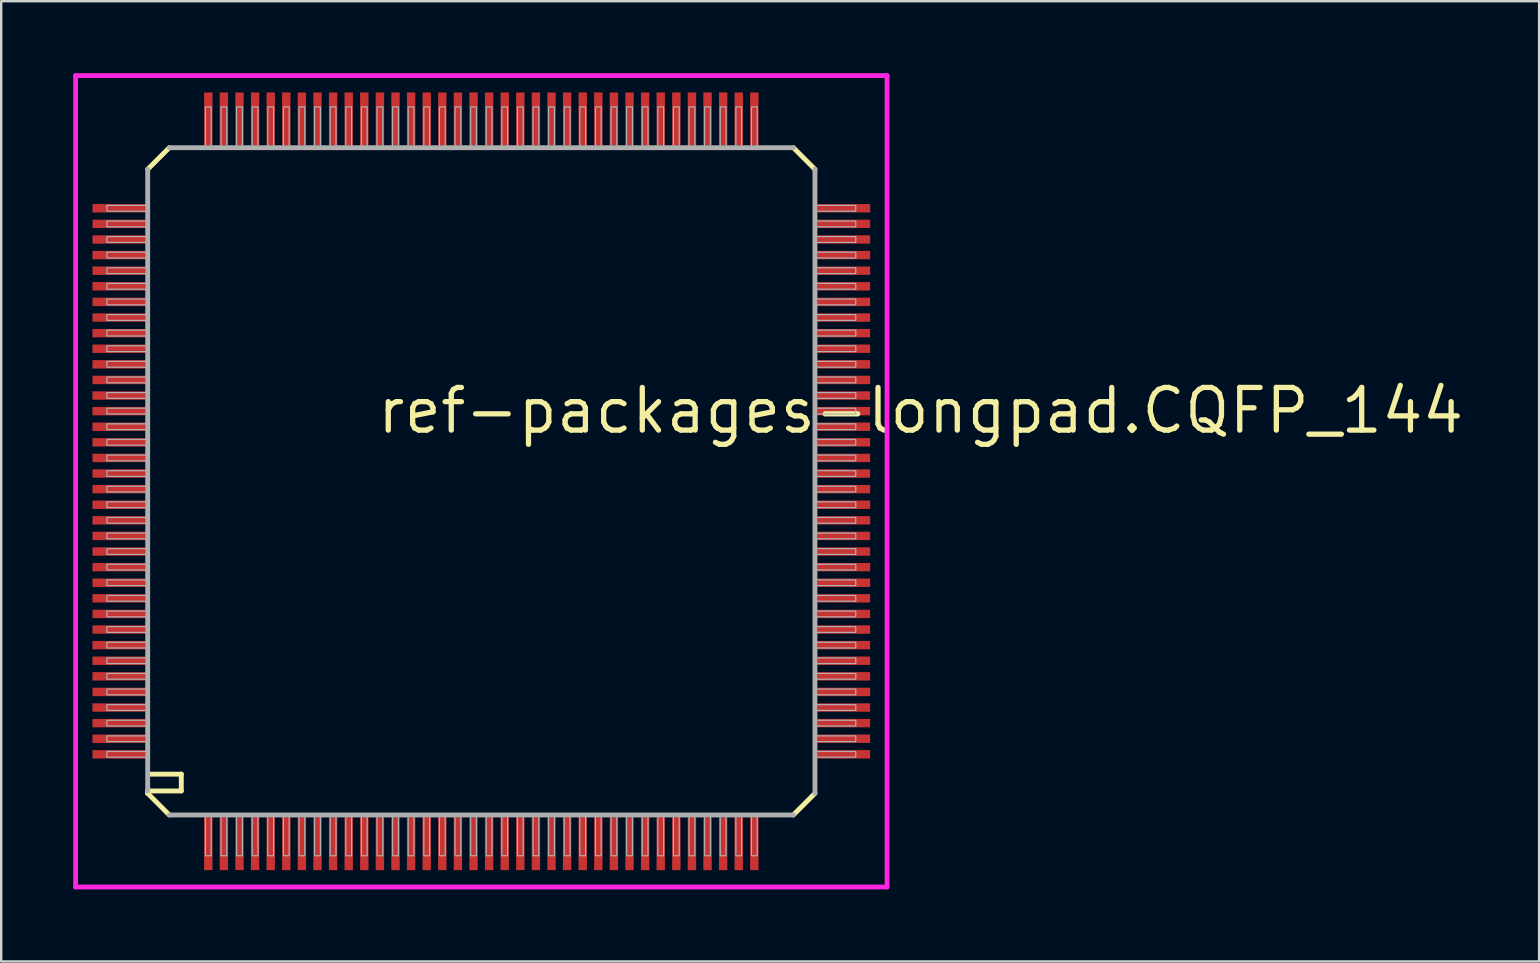
<source format=kicad_pcb>
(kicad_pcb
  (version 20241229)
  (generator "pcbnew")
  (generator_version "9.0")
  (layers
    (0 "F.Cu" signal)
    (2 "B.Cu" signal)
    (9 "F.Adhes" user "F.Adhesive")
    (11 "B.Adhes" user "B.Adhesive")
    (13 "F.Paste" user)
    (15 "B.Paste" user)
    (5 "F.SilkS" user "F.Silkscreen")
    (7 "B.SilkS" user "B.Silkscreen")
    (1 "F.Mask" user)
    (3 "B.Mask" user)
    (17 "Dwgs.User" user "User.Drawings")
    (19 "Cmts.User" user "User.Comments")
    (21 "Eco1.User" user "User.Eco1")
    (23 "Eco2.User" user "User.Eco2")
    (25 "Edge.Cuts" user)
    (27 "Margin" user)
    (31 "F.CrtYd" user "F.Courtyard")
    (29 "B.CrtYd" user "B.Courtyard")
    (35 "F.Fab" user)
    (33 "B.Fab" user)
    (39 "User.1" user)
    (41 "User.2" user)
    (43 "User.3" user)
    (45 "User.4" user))
  (footprint "ref-packages-longpad.CQFP_144"
    (layer "F.Cu")
    (at 17.003 17.003)
    (property "Reference" "ref-packages-longpad.CQFP_144" (at -4.445 -1.905 0) (layer "F.SilkS") (effects (font (size 1.778 1.778) (thickness 0.22)) (justify left bottom)))
    (attr smd)
    (fp_line (start -13.9 -13) (end -13 -13.9) (stroke (width 0.203) (type default)) (layer "F.SilkS"))
    (fp_line (start -13.9 12.9) (end -13.9 13) (stroke (width 0.203) (type default)) (layer "F.SilkS"))
    (fp_line (start -13.9 12.9) (end -12.5 12.9) (stroke (width 0.203) (type default)) (layer "F.SilkS"))
    (fp_line (start -13.9 13) (end -13 13.9) (stroke (width 0.203) (type default)) (layer "F.SilkS"))
    (fp_line (start -12.5 12.2) (end -13.8 12.2) (stroke (width 0.203) (type default)) (layer "F.SilkS"))
    (fp_line (start -12.5 12.9) (end -12.5 12.2) (stroke (width 0.203) (type default)) (layer "F.SilkS"))
    (fp_line (start 13 -13.9) (end 13.9 -13) (stroke (width 0.203) (type default)) (layer "F.SilkS"))
    (fp_line (start 13 13.9) (end 13.9 13) (stroke (width 0.203) (type default)) (layer "F.SilkS"))
    (fp_line (start -16.903 -16.903) (end 16.903 -16.903) (stroke (width 0.2) (type default)) (layer "F.CrtYd"))
    (fp_line (start -16.903 16.903) (end -16.903 -16.903) (stroke (width 0.2) (type default)) (layer "F.CrtYd"))
    (fp_line (start 16.903 -16.903) (end 16.903 16.903) (stroke (width 0.2) (type default)) (layer "F.CrtYd"))
    (fp_line (start 16.903 16.903) (end -16.903 16.903) (stroke (width 0.2) (type default)) (layer "F.CrtYd"))
    (fp_line (start -13.9 -13) (end -13.9 12.9) (stroke (width 0.203) (type default)) (layer "F.Fab"))
    (fp_line (start -13 13.9) (end 13 13.9) (stroke (width 0.203) (type default)) (layer "F.Fab"))
    (fp_line (start 13 -13.9) (end -13 -13.9) (stroke (width 0.203) (type default)) (layer "F.Fab"))
    (fp_line (start 13.9 13) (end 13.9 -13) (stroke (width 0.203) (type default)) (layer "F.Fab"))
    (fp_rect (start -15.6 -11.255) (end -13.9 -11.495) (stroke (width 0.05) (type default)) (fill no) (layer "F.Fab"))
    (fp_rect (start -15.6 -10.605) (end -13.9 -10.845) (stroke (width 0.05) (type default)) (fill no) (layer "F.Fab"))
    (fp_rect (start -15.6 -9.955) (end -13.9 -10.195) (stroke (width 0.05) (type default)) (fill no) (layer "F.Fab"))
    (fp_rect (start -15.6 -9.305) (end -13.9 -9.545) (stroke (width 0.05) (type default)) (fill no) (layer "F.Fab"))
    (fp_rect (start -15.6 -8.655) (end -13.9 -8.895) (stroke (width 0.05) (type default)) (fill no) (layer "F.Fab"))
    (fp_rect (start -15.6 -8.005) (end -13.9 -8.245) (stroke (width 0.05) (type default)) (fill no) (layer "F.Fab"))
    (fp_rect (start -15.6 -7.355) (end -13.9 -7.595) (stroke (width 0.05) (type default)) (fill no) (layer "F.Fab"))
    (fp_rect (start -15.6 -6.705) (end -13.9 -6.945) (stroke (width 0.05) (type default)) (fill no) (layer "F.Fab"))
    (fp_rect (start -15.6 -6.055) (end -13.9 -6.295) (stroke (width 0.05) (type default)) (fill no) (layer "F.Fab"))
    (fp_rect (start -15.6 -5.405) (end -13.9 -5.645) (stroke (width 0.05) (type default)) (fill no) (layer "F.Fab"))
    (fp_rect (start -15.6 -4.755) (end -13.9 -4.995) (stroke (width 0.05) (type default)) (fill no) (layer "F.Fab"))
    (fp_rect (start -15.6 -4.105) (end -13.9 -4.345) (stroke (width 0.05) (type default)) (fill no) (layer "F.Fab"))
    (fp_rect (start -15.6 -3.455) (end -13.9 -3.695) (stroke (width 0.05) (type default)) (fill no) (layer "F.Fab"))
    (fp_rect (start -15.6 -2.805) (end -13.9 -3.045) (stroke (width 0.05) (type default)) (fill no) (layer "F.Fab"))
    (fp_rect (start -15.6 -2.155) (end -13.9 -2.395) (stroke (width 0.05) (type default)) (fill no) (layer "F.Fab"))
    (fp_rect (start -15.6 -1.505) (end -13.9 -1.745) (stroke (width 0.05) (type default)) (fill no) (layer "F.Fab"))
    (fp_rect (start -15.6 -0.855) (end -13.9 -1.095) (stroke (width 0.05) (type default)) (fill no) (layer "F.Fab"))
    (fp_rect (start -15.6 -0.205) (end -13.9 -0.445) (stroke (width 0.05) (type default)) (fill no) (layer "F.Fab"))
    (fp_rect (start -15.6 0.445) (end -13.9 0.205) (stroke (width 0.05) (type default)) (fill no) (layer "F.Fab"))
    (fp_rect (start -15.6 1.095) (end -13.9 0.855) (stroke (width 0.05) (type default)) (fill no) (layer "F.Fab"))
    (fp_rect (start -15.6 1.745) (end -13.9 1.505) (stroke (width 0.05) (type default)) (fill no) (layer "F.Fab"))
    (fp_rect (start -15.6 2.395) (end -13.9 2.155) (stroke (width 0.05) (type default)) (fill no) (layer "F.Fab"))
    (fp_rect (start -15.6 3.045) (end -13.9 2.805) (stroke (width 0.05) (type default)) (fill no) (layer "F.Fab"))
    (fp_rect (start -15.6 3.695) (end -13.9 3.455) (stroke (width 0.05) (type default)) (fill no) (layer "F.Fab"))
    (fp_rect (start -15.6 4.345) (end -13.9 4.105) (stroke (width 0.05) (type default)) (fill no) (layer "F.Fab"))
    (fp_rect (start -15.6 4.995) (end -13.9 4.755) (stroke (width 0.05) (type default)) (fill no) (layer "F.Fab"))
    (fp_rect (start -15.6 5.645) (end -13.9 5.405) (stroke (width 0.05) (type default)) (fill no) (layer "F.Fab"))
    (fp_rect (start -15.6 6.295) (end -13.9 6.055) (stroke (width 0.05) (type default)) (fill no) (layer "F.Fab"))
    (fp_rect (start -15.6 6.945) (end -13.9 6.705) (stroke (width 0.05) (type default)) (fill no) (layer "F.Fab"))
    (fp_rect (start -15.6 7.595) (end -13.9 7.355) (stroke (width 0.05) (type default)) (fill no) (layer "F.Fab"))
    (fp_rect (start -15.6 8.245) (end -13.9 8.005) (stroke (width 0.05) (type default)) (fill no) (layer "F.Fab"))
    (fp_rect (start -15.6 8.895) (end -13.9 8.655) (stroke (width 0.05) (type default)) (fill no) (layer "F.Fab"))
    (fp_rect (start -15.6 9.545) (end -13.9 9.305) (stroke (width 0.05) (type default)) (fill no) (layer "F.Fab"))
    (fp_rect (start -15.6 10.195) (end -13.9 9.955) (stroke (width 0.05) (type default)) (fill no) (layer "F.Fab"))
    (fp_rect (start -15.6 10.845) (end -13.9 10.605) (stroke (width 0.05) (type default)) (fill no) (layer "F.Fab"))
    (fp_rect (start -15.6 11.495) (end -13.9 11.255) (stroke (width 0.05) (type default)) (fill no) (layer "F.Fab"))
    (fp_rect (start -11.495 -13.9) (end -11.255 -15.6) (stroke (width 0.05) (type default)) (fill no) (layer "F.Fab"))
    (fp_rect (start -11.495 15.6) (end -11.255 13.9) (stroke (width 0.05) (type default)) (fill no) (layer "F.Fab"))
    (fp_rect (start -10.845 -13.9) (end -10.605 -15.6) (stroke (width 0.05) (type default)) (fill no) (layer "F.Fab"))
    (fp_rect (start -10.845 15.6) (end -10.605 13.9) (stroke (width 0.05) (type default)) (fill no) (layer "F.Fab"))
    (fp_rect (start -10.195 -13.9) (end -9.955 -15.6) (stroke (width 0.05) (type default)) (fill no) (layer "F.Fab"))
    (fp_rect (start -10.195 15.6) (end -9.955 13.9) (stroke (width 0.05) (type default)) (fill no) (layer "F.Fab"))
    (fp_rect (start -9.545 -13.9) (end -9.305 -15.6) (stroke (width 0.05) (type default)) (fill no) (layer "F.Fab"))
    (fp_rect (start -9.545 15.6) (end -9.305 13.9) (stroke (width 0.05) (type default)) (fill no) (layer "F.Fab"))
    (fp_rect (start -8.895 -13.9) (end -8.655 -15.6) (stroke (width 0.05) (type default)) (fill no) (layer "F.Fab"))
    (fp_rect (start -8.895 15.6) (end -8.655 13.9) (stroke (width 0.05) (type default)) (fill no) (layer "F.Fab"))
    (fp_rect (start -8.245 -13.9) (end -8.005 -15.6) (stroke (width 0.05) (type default)) (fill no) (layer "F.Fab"))
    (fp_rect (start -8.245 15.6) (end -8.005 13.9) (stroke (width 0.05) (type default)) (fill no) (layer "F.Fab"))
    (fp_rect (start -7.595 -13.9) (end -7.355 -15.6) (stroke (width 0.05) (type default)) (fill no) (layer "F.Fab"))
    (fp_rect (start -7.595 15.6) (end -7.355 13.9) (stroke (width 0.05) (type default)) (fill no) (layer "F.Fab"))
    (fp_rect (start -6.945 -13.9) (end -6.705 -15.6) (stroke (width 0.05) (type default)) (fill no) (layer "F.Fab"))
    (fp_rect (start -6.945 15.6) (end -6.705 13.9) (stroke (width 0.05) (type default)) (fill no) (layer "F.Fab"))
    (fp_rect (start -6.295 -13.9) (end -6.055 -15.6) (stroke (width 0.05) (type default)) (fill no) (layer "F.Fab"))
    (fp_rect (start -6.295 15.6) (end -6.055 13.9) (stroke (width 0.05) (type default)) (fill no) (layer "F.Fab"))
    (fp_rect (start -5.645 -13.9) (end -5.405 -15.6) (stroke (width 0.05) (type default)) (fill no) (layer "F.Fab"))
    (fp_rect (start -5.645 15.6) (end -5.405 13.9) (stroke (width 0.05) (type default)) (fill no) (layer "F.Fab"))
    (fp_rect (start -4.995 -13.9) (end -4.755 -15.6) (stroke (width 0.05) (type default)) (fill no) (layer "F.Fab"))
    (fp_rect (start -4.995 15.6) (end -4.755 13.9) (stroke (width 0.05) (type default)) (fill no) (layer "F.Fab"))
    (fp_rect (start -4.345 -13.9) (end -4.105 -15.6) (stroke (width 0.05) (type default)) (fill no) (layer "F.Fab"))
    (fp_rect (start -4.345 15.6) (end -4.105 13.9) (stroke (width 0.05) (type default)) (fill no) (layer "F.Fab"))
    (fp_rect (start -3.695 -13.9) (end -3.455 -15.6) (stroke (width 0.05) (type default)) (fill no) (layer "F.Fab"))
    (fp_rect (start -3.695 15.6) (end -3.455 13.9) (stroke (width 0.05) (type default)) (fill no) (layer "F.Fab"))
    (fp_rect (start -3.045 -13.9) (end -2.805 -15.6) (stroke (width 0.05) (type default)) (fill no) (layer "F.Fab"))
    (fp_rect (start -3.045 15.6) (end -2.805 13.9) (stroke (width 0.05) (type default)) (fill no) (layer "F.Fab"))
    (fp_rect (start -2.395 -13.9) (end -2.155 -15.6) (stroke (width 0.05) (type default)) (fill no) (layer "F.Fab"))
    (fp_rect (start -2.395 15.6) (end -2.155 13.9) (stroke (width 0.05) (type default)) (fill no) (layer "F.Fab"))
    (fp_rect (start -1.745 -13.9) (end -1.505 -15.6) (stroke (width 0.05) (type default)) (fill no) (layer "F.Fab"))
    (fp_rect (start -1.745 15.6) (end -1.505 13.9) (stroke (width 0.05) (type default)) (fill no) (layer "F.Fab"))
    (fp_rect (start -1.095 -13.9) (end -0.855 -15.6) (stroke (width 0.05) (type default)) (fill no) (layer "F.Fab"))
    (fp_rect (start -1.095 15.6) (end -0.855 13.9) (stroke (width 0.05) (type default)) (fill no) (layer "F.Fab"))
    (fp_rect (start -0.445 -13.9) (end -0.205 -15.6) (stroke (width 0.05) (type default)) (fill no) (layer "F.Fab"))
    (fp_rect (start -0.445 15.6) (end -0.205 13.9) (stroke (width 0.05) (type default)) (fill no) (layer "F.Fab"))
    (fp_rect (start 0.205 -13.9) (end 0.445 -15.6) (stroke (width 0.05) (type default)) (fill no) (layer "F.Fab"))
    (fp_rect (start 0.205 15.6) (end 0.445 13.9) (stroke (width 0.05) (type default)) (fill no) (layer "F.Fab"))
    (fp_rect (start 0.855 -13.9) (end 1.095 -15.6) (stroke (width 0.05) (type default)) (fill no) (layer "F.Fab"))
    (fp_rect (start 0.855 15.6) (end 1.095 13.9) (stroke (width 0.05) (type default)) (fill no) (layer "F.Fab"))
    (fp_rect (start 1.505 -13.9) (end 1.745 -15.6) (stroke (width 0.05) (type default)) (fill no) (layer "F.Fab"))
    (fp_rect (start 1.505 15.6) (end 1.745 13.9) (stroke (width 0.05) (type default)) (fill no) (layer "F.Fab"))
    (fp_rect (start 2.155 -13.9) (end 2.395 -15.6) (stroke (width 0.05) (type default)) (fill no) (layer "F.Fab"))
    (fp_rect (start 2.155 15.6) (end 2.395 13.9) (stroke (width 0.05) (type default)) (fill no) (layer "F.Fab"))
    (fp_rect (start 2.805 -13.9) (end 3.045 -15.6) (stroke (width 0.05) (type default)) (fill no) (layer "F.Fab"))
    (fp_rect (start 2.805 15.6) (end 3.045 13.9) (stroke (width 0.05) (type default)) (fill no) (layer "F.Fab"))
    (fp_rect (start 3.455 -13.9) (end 3.695 -15.6) (stroke (width 0.05) (type default)) (fill no) (layer "F.Fab"))
    (fp_rect (start 3.455 15.6) (end 3.695 13.9) (stroke (width 0.05) (type default)) (fill no) (layer "F.Fab"))
    (fp_rect (start 4.105 -13.9) (end 4.345 -15.6) (stroke (width 0.05) (type default)) (fill no) (layer "F.Fab"))
    (fp_rect (start 4.105 15.6) (end 4.345 13.9) (stroke (width 0.05) (type default)) (fill no) (layer "F.Fab"))
    (fp_rect (start 4.755 -13.9) (end 4.995 -15.6) (stroke (width 0.05) (type default)) (fill no) (layer "F.Fab"))
    (fp_rect (start 4.755 15.6) (end 4.995 13.9) (stroke (width 0.05) (type default)) (fill no) (layer "F.Fab"))
    (fp_rect (start 5.405 -13.9) (end 5.645 -15.6) (stroke (width 0.05) (type default)) (fill no) (layer "F.Fab"))
    (fp_rect (start 5.405 15.6) (end 5.645 13.9) (stroke (width 0.05) (type default)) (fill no) (layer "F.Fab"))
    (fp_rect (start 6.055 -13.9) (end 6.295 -15.6) (stroke (width 0.05) (type default)) (fill no) (layer "F.Fab"))
    (fp_rect (start 6.055 15.6) (end 6.295 13.9) (stroke (width 0.05) (type default)) (fill no) (layer "F.Fab"))
    (fp_rect (start 6.705 -13.9) (end 6.945 -15.6) (stroke (width 0.05) (type default)) (fill no) (layer "F.Fab"))
    (fp_rect (start 6.705 15.6) (end 6.945 13.9) (stroke (width 0.05) (type default)) (fill no) (layer "F.Fab"))
    (fp_rect (start 7.355 -13.9) (end 7.595 -15.6) (stroke (width 0.05) (type default)) (fill no) (layer "F.Fab"))
    (fp_rect (start 7.355 15.6) (end 7.595 13.9) (stroke (width 0.05) (type default)) (fill no) (layer "F.Fab"))
    (fp_rect (start 8.005 -13.9) (end 8.245 -15.6) (stroke (width 0.05) (type default)) (fill no) (layer "F.Fab"))
    (fp_rect (start 8.005 15.6) (end 8.245 13.9) (stroke (width 0.05) (type default)) (fill no) (layer "F.Fab"))
    (fp_rect (start 8.655 -13.9) (end 8.895 -15.6) (stroke (width 0.05) (type default)) (fill no) (layer "F.Fab"))
    (fp_rect (start 8.655 15.6) (end 8.895 13.9) (stroke (width 0.05) (type default)) (fill no) (layer "F.Fab"))
    (fp_rect (start 9.305 -13.9) (end 9.545 -15.6) (stroke (width 0.05) (type default)) (fill no) (layer "F.Fab"))
    (fp_rect (start 9.305 15.6) (end 9.545 13.9) (stroke (width 0.05) (type default)) (fill no) (layer "F.Fab"))
    (fp_rect (start 9.955 -13.9) (end 10.195 -15.6) (stroke (width 0.05) (type default)) (fill no) (layer "F.Fab"))
    (fp_rect (start 9.955 15.6) (end 10.195 13.9) (stroke (width 0.05) (type default)) (fill no) (layer "F.Fab"))
    (fp_rect (start 10.605 -13.9) (end 10.845 -15.6) (stroke (width 0.05) (type default)) (fill no) (layer "F.Fab"))
    (fp_rect (start 10.605 15.6) (end 10.845 13.9) (stroke (width 0.05) (type default)) (fill no) (layer "F.Fab"))
    (fp_rect (start 11.255 -13.9) (end 11.495 -15.6) (stroke (width 0.05) (type default)) (fill no) (layer "F.Fab"))
    (fp_rect (start 11.255 15.6) (end 11.495 13.9) (stroke (width 0.05) (type default)) (fill no) (layer "F.Fab"))
    (fp_rect (start 13.9 -11.255) (end 15.6 -11.495) (stroke (width 0.05) (type default)) (fill no) (layer "F.Fab"))
    (fp_rect (start 13.9 -10.605) (end 15.6 -10.845) (stroke (width 0.05) (type default)) (fill no) (layer "F.Fab"))
    (fp_rect (start 13.9 -9.955) (end 15.6 -10.195) (stroke (width 0.05) (type default)) (fill no) (layer "F.Fab"))
    (fp_rect (start 13.9 -9.305) (end 15.6 -9.545) (stroke (width 0.05) (type default)) (fill no) (layer "F.Fab"))
    (fp_rect (start 13.9 -8.655) (end 15.6 -8.895) (stroke (width 0.05) (type default)) (fill no) (layer "F.Fab"))
    (fp_rect (start 13.9 -8.005) (end 15.6 -8.245) (stroke (width 0.05) (type default)) (fill no) (layer "F.Fab"))
    (fp_rect (start 13.9 -7.355) (end 15.6 -7.595) (stroke (width 0.05) (type default)) (fill no) (layer "F.Fab"))
    (fp_rect (start 13.9 -6.705) (end 15.6 -6.945) (stroke (width 0.05) (type default)) (fill no) (layer "F.Fab"))
    (fp_rect (start 13.9 -6.055) (end 15.6 -6.295) (stroke (width 0.05) (type default)) (fill no) (layer "F.Fab"))
    (fp_rect (start 13.9 -5.405) (end 15.6 -5.645) (stroke (width 0.05) (type default)) (fill no) (layer "F.Fab"))
    (fp_rect (start 13.9 -4.755) (end 15.6 -4.995) (stroke (width 0.05) (type default)) (fill no) (layer "F.Fab"))
    (fp_rect (start 13.9 -4.105) (end 15.6 -4.345) (stroke (width 0.05) (type default)) (fill no) (layer "F.Fab"))
    (fp_rect (start 13.9 -3.455) (end 15.6 -3.695) (stroke (width 0.05) (type default)) (fill no) (layer "F.Fab"))
    (fp_rect (start 13.9 -2.805) (end 15.6 -3.045) (stroke (width 0.05) (type default)) (fill no) (layer "F.Fab"))
    (fp_rect (start 13.9 -2.155) (end 15.6 -2.395) (stroke (width 0.05) (type default)) (fill no) (layer "F.Fab"))
    (fp_rect (start 13.9 -1.505) (end 15.6 -1.745) (stroke (width 0.05) (type default)) (fill no) (layer "F.Fab"))
    (fp_rect (start 13.9 -0.855) (end 15.6 -1.095) (stroke (width 0.05) (type default)) (fill no) (layer "F.Fab"))
    (fp_rect (start 13.9 -0.205) (end 15.6 -0.445) (stroke (width 0.05) (type default)) (fill no) (layer "F.Fab"))
    (fp_rect (start 13.9 0.445) (end 15.6 0.205) (stroke (width 0.05) (type default)) (fill no) (layer "F.Fab"))
    (fp_rect (start 13.9 1.095) (end 15.6 0.855) (stroke (width 0.05) (type default)) (fill no) (layer "F.Fab"))
    (fp_rect (start 13.9 1.745) (end 15.6 1.505) (stroke (width 0.05) (type default)) (fill no) (layer "F.Fab"))
    (fp_rect (start 13.9 2.395) (end 15.6 2.155) (stroke (width 0.05) (type default)) (fill no) (layer "F.Fab"))
    (fp_rect (start 13.9 3.045) (end 15.6 2.805) (stroke (width 0.05) (type default)) (fill no) (layer "F.Fab"))
    (fp_rect (start 13.9 3.695) (end 15.6 3.455) (stroke (width 0.05) (type default)) (fill no) (layer "F.Fab"))
    (fp_rect (start 13.9 4.345) (end 15.6 4.105) (stroke (width 0.05) (type default)) (fill no) (layer "F.Fab"))
    (fp_rect (start 13.9 4.995) (end 15.6 4.755) (stroke (width 0.05) (type default)) (fill no) (layer "F.Fab"))
    (fp_rect (start 13.9 5.645) (end 15.6 5.405) (stroke (width 0.05) (type default)) (fill no) (layer "F.Fab"))
    (fp_rect (start 13.9 6.295) (end 15.6 6.055) (stroke (width 0.05) (type default)) (fill no) (layer "F.Fab"))
    (fp_rect (start 13.9 6.945) (end 15.6 6.705) (stroke (width 0.05) (type default)) (fill no) (layer "F.Fab"))
    (fp_rect (start 13.9 7.595) (end 15.6 7.355) (stroke (width 0.05) (type default)) (fill no) (layer "F.Fab"))
    (fp_rect (start 13.9 8.245) (end 15.6 8.005) (stroke (width 0.05) (type default)) (fill no) (layer "F.Fab"))
    (fp_rect (start 13.9 8.895) (end 15.6 8.655) (stroke (width 0.05) (type default)) (fill no) (layer "F.Fab"))
    (fp_rect (start 13.9 9.545) (end 15.6 9.305) (stroke (width 0.05) (type default)) (fill no) (layer "F.Fab"))
    (fp_rect (start 13.9 10.195) (end 15.6 9.955) (stroke (width 0.05) (type default)) (fill no) (layer "F.Fab"))
    (fp_rect (start 13.9 10.845) (end 15.6 10.605) (stroke (width 0.05) (type default)) (fill no) (layer "F.Fab"))
    (fp_rect (start 13.9 11.495) (end 15.6 11.255) (stroke (width 0.05) (type default)) (fill no) (layer "F.Fab"))
    (pad "1" smd roundrect (at -11.375 15.1) (size 0.35 2.2) (layers "F.Cu" "F.Mask" "F.Paste") (roundrect_rratio 0.01))
    (pad "2" smd roundrect (at -10.725 15.1) (size 0.35 2.2) (layers "F.Cu" "F.Mask" "F.Paste") (roundrect_rratio 0.01))
    (pad "3" smd roundrect (at -10.075 15.1) (size 0.35 2.2) (layers "F.Cu" "F.Mask" "F.Paste") (roundrect_rratio 0.01))
    (pad "4" smd roundrect (at -9.425 15.1) (size 0.35 2.2) (layers "F.Cu" "F.Mask" "F.Paste") (roundrect_rratio 0.01))
    (pad "5" smd roundrect (at -8.775 15.1) (size 0.35 2.2) (layers "F.Cu" "F.Mask" "F.Paste") (roundrect_rratio 0.01))
    (pad "6" smd roundrect (at -8.125 15.1) (size 0.35 2.2) (layers "F.Cu" "F.Mask" "F.Paste") (roundrect_rratio 0.01))
    (pad "7" smd roundrect (at -7.475 15.1) (size 0.35 2.2) (layers "F.Cu" "F.Mask" "F.Paste") (roundrect_rratio 0.01))
    (pad "8" smd roundrect (at -6.825 15.1) (size 0.35 2.2) (layers "F.Cu" "F.Mask" "F.Paste") (roundrect_rratio 0.01))
    (pad "9" smd roundrect (at -6.175 15.1) (size 0.35 2.2) (layers "F.Cu" "F.Mask" "F.Paste") (roundrect_rratio 0.01))
    (pad "10" smd roundrect (at -5.525 15.1) (size 0.35 2.2) (layers "F.Cu" "F.Mask" "F.Paste") (roundrect_rratio 0.01))
    (pad "11" smd roundrect (at -4.875 15.1) (size 0.35 2.2) (layers "F.Cu" "F.Mask" "F.Paste") (roundrect_rratio 0.01))
    (pad "12" smd roundrect (at -4.225 15.1) (size 0.35 2.2) (layers "F.Cu" "F.Mask" "F.Paste") (roundrect_rratio 0.01))
    (pad "13" smd roundrect (at -3.575 15.1) (size 0.35 2.2) (layers "F.Cu" "F.Mask" "F.Paste") (roundrect_rratio 0.01))
    (pad "14" smd roundrect (at -2.925 15.1) (size 0.35 2.2) (layers "F.Cu" "F.Mask" "F.Paste") (roundrect_rratio 0.01))
    (pad "15" smd roundrect (at -2.275 15.1) (size 0.35 2.2) (layers "F.Cu" "F.Mask" "F.Paste") (roundrect_rratio 0.01))
    (pad "16" smd roundrect (at -1.625 15.1) (size 0.35 2.2) (layers "F.Cu" "F.Mask" "F.Paste") (roundrect_rratio 0.01))
    (pad "17" smd roundrect (at -0.975 15.1) (size 0.35 2.2) (layers "F.Cu" "F.Mask" "F.Paste") (roundrect_rratio 0.01))
    (pad "18" smd roundrect (at -0.325 15.1) (size 0.35 2.2) (layers "F.Cu" "F.Mask" "F.Paste") (roundrect_rratio 0.01))
    (pad "19" smd roundrect (at 0.325 15.1) (size 0.35 2.2) (layers "F.Cu" "F.Mask" "F.Paste") (roundrect_rratio 0.01))
    (pad "20" smd roundrect (at 0.975 15.1) (size 0.35 2.2) (layers "F.Cu" "F.Mask" "F.Paste") (roundrect_rratio 0.01))
    (pad "21" smd roundrect (at 1.625 15.1) (size 0.35 2.2) (layers "F.Cu" "F.Mask" "F.Paste") (roundrect_rratio 0.01))
    (pad "22" smd roundrect (at 2.275 15.1) (size 0.35 2.2) (layers "F.Cu" "F.Mask" "F.Paste") (roundrect_rratio 0.01))
    (pad "23" smd roundrect (at 2.925 15.1) (size 0.35 2.2) (layers "F.Cu" "F.Mask" "F.Paste") (roundrect_rratio 0.01))
    (pad "24" smd roundrect (at 3.575 15.1) (size 0.35 2.2) (layers "F.Cu" "F.Mask" "F.Paste") (roundrect_rratio 0.01))
    (pad "25" smd roundrect (at 4.225 15.1) (size 0.35 2.2) (layers "F.Cu" "F.Mask" "F.Paste") (roundrect_rratio 0.01))
    (pad "26" smd roundrect (at 4.875 15.1) (size 0.35 2.2) (layers "F.Cu" "F.Mask" "F.Paste") (roundrect_rratio 0.01))
    (pad "27" smd roundrect (at 5.525 15.1) (size 0.35 2.2) (layers "F.Cu" "F.Mask" "F.Paste") (roundrect_rratio 0.01))
    (pad "28" smd roundrect (at 6.175 15.1) (size 0.35 2.2) (layers "F.Cu" "F.Mask" "F.Paste") (roundrect_rratio 0.01))
    (pad "29" smd roundrect (at 6.825 15.1) (size 0.35 2.2) (layers "F.Cu" "F.Mask" "F.Paste") (roundrect_rratio 0.01))
    (pad "30" smd roundrect (at 7.475 15.1) (size 0.35 2.2) (layers "F.Cu" "F.Mask" "F.Paste") (roundrect_rratio 0.01))
    (pad "31" smd roundrect (at 8.125 15.1) (size 0.35 2.2) (layers "F.Cu" "F.Mask" "F.Paste") (roundrect_rratio 0.01))
    (pad "32" smd roundrect (at 8.775 15.1) (size 0.35 2.2) (layers "F.Cu" "F.Mask" "F.Paste") (roundrect_rratio 0.01))
    (pad "33" smd roundrect (at 9.425 15.1) (size 0.35 2.2) (layers "F.Cu" "F.Mask" "F.Paste") (roundrect_rratio 0.01))
    (pad "34" smd roundrect (at 10.075 15.1) (size 0.35 2.2) (layers "F.Cu" "F.Mask" "F.Paste") (roundrect_rratio 0.01))
    (pad "35" smd roundrect (at 10.725 15.1) (size 0.35 2.2) (layers "F.Cu" "F.Mask" "F.Paste") (roundrect_rratio 0.01))
    (pad "36" smd roundrect (at 11.375 15.1) (size 0.35 2.2) (layers "F.Cu" "F.Mask" "F.Paste") (roundrect_rratio 0.01))
    (pad "37" smd roundrect (at 15.1 11.375) (size 2.2 0.35) (layers "F.Cu" "F.Mask" "F.Paste") (roundrect_rratio 0.01))
    (pad "38" smd roundrect (at 15.1 10.725) (size 2.2 0.35) (layers "F.Cu" "F.Mask" "F.Paste") (roundrect_rratio 0.01))
    (pad "39" smd roundrect (at 15.1 10.075) (size 2.2 0.35) (layers "F.Cu" "F.Mask" "F.Paste") (roundrect_rratio 0.01))
    (pad "40" smd roundrect (at 15.1 9.425) (size 2.2 0.35) (layers "F.Cu" "F.Mask" "F.Paste") (roundrect_rratio 0.01))
    (pad "41" smd roundrect (at 15.1 8.775) (size 2.2 0.35) (layers "F.Cu" "F.Mask" "F.Paste") (roundrect_rratio 0.01))
    (pad "42" smd roundrect (at 15.1 8.125) (size 2.2 0.35) (layers "F.Cu" "F.Mask" "F.Paste") (roundrect_rratio 0.01))
    (pad "43" smd roundrect (at 15.1 7.475) (size 2.2 0.35) (layers "F.Cu" "F.Mask" "F.Paste") (roundrect_rratio 0.01))
    (pad "44" smd roundrect (at 15.1 6.825) (size 2.2 0.35) (layers "F.Cu" "F.Mask" "F.Paste") (roundrect_rratio 0.01))
    (pad "45" smd roundrect (at 15.1 6.175) (size 2.2 0.35) (layers "F.Cu" "F.Mask" "F.Paste") (roundrect_rratio 0.01))
    (pad "46" smd roundrect (at 15.1 5.525) (size 2.2 0.35) (layers "F.Cu" "F.Mask" "F.Paste") (roundrect_rratio 0.01))
    (pad "47" smd roundrect (at 15.1 4.875) (size 2.2 0.35) (layers "F.Cu" "F.Mask" "F.Paste") (roundrect_rratio 0.01))
    (pad "48" smd roundrect (at 15.1 4.225) (size 2.2 0.35) (layers "F.Cu" "F.Mask" "F.Paste") (roundrect_rratio 0.01))
    (pad "49" smd roundrect (at 15.1 3.575) (size 2.2 0.35) (layers "F.Cu" "F.Mask" "F.Paste") (roundrect_rratio 0.01))
    (pad "50" smd roundrect (at 15.1 2.925) (size 2.2 0.35) (layers "F.Cu" "F.Mask" "F.Paste") (roundrect_rratio 0.01))
    (pad "51" smd roundrect (at 15.1 2.275) (size 2.2 0.35) (layers "F.Cu" "F.Mask" "F.Paste") (roundrect_rratio 0.01))
    (pad "52" smd roundrect (at 15.1 1.625) (size 2.2 0.35) (layers "F.Cu" "F.Mask" "F.Paste") (roundrect_rratio 0.01))
    (pad "53" smd roundrect (at 15.1 0.975) (size 2.2 0.35) (layers "F.Cu" "F.Mask" "F.Paste") (roundrect_rratio 0.01))
    (pad "54" smd roundrect (at 15.1 0.325) (size 2.2 0.35) (layers "F.Cu" "F.Mask" "F.Paste") (roundrect_rratio 0.01))
    (pad "55" smd roundrect (at 15.1 -0.325) (size 2.2 0.35) (layers "F.Cu" "F.Mask" "F.Paste") (roundrect_rratio 0.01))
    (pad "56" smd roundrect (at 15.1 -0.975) (size 2.2 0.35) (layers "F.Cu" "F.Mask" "F.Paste") (roundrect_rratio 0.01))
    (pad "57" smd roundrect (at 15.1 -1.625) (size 2.2 0.35) (layers "F.Cu" "F.Mask" "F.Paste") (roundrect_rratio 0.01))
    (pad "58" smd roundrect (at 15.1 -2.275) (size 2.2 0.35) (layers "F.Cu" "F.Mask" "F.Paste") (roundrect_rratio 0.01))
    (pad "59" smd roundrect (at 15.1 -2.925) (size 2.2 0.35) (layers "F.Cu" "F.Mask" "F.Paste") (roundrect_rratio 0.01))
    (pad "60" smd roundrect (at 15.1 -3.575) (size 2.2 0.35) (layers "F.Cu" "F.Mask" "F.Paste") (roundrect_rratio 0.01))
    (pad "61" smd roundrect (at 15.1 -4.225) (size 2.2 0.35) (layers "F.Cu" "F.Mask" "F.Paste") (roundrect_rratio 0.01))
    (pad "62" smd roundrect (at 15.1 -4.875) (size 2.2 0.35) (layers "F.Cu" "F.Mask" "F.Paste") (roundrect_rratio 0.01))
    (pad "63" smd roundrect (at 15.1 -5.525) (size 2.2 0.35) (layers "F.Cu" "F.Mask" "F.Paste") (roundrect_rratio 0.01))
    (pad "64" smd roundrect (at 15.1 -6.175) (size 2.2 0.35) (layers "F.Cu" "F.Mask" "F.Paste") (roundrect_rratio 0.01))
    (pad "65" smd roundrect (at 15.1 -6.825) (size 2.2 0.35) (layers "F.Cu" "F.Mask" "F.Paste") (roundrect_rratio 0.01))
    (pad "66" smd roundrect (at 15.1 -7.475) (size 2.2 0.35) (layers "F.Cu" "F.Mask" "F.Paste") (roundrect_rratio 0.01))
    (pad "67" smd roundrect (at 15.1 -8.125) (size 2.2 0.35) (layers "F.Cu" "F.Mask" "F.Paste") (roundrect_rratio 0.01))
    (pad "68" smd roundrect (at 15.1 -8.775) (size 2.2 0.35) (layers "F.Cu" "F.Mask" "F.Paste") (roundrect_rratio 0.01))
    (pad "69" smd roundrect (at 15.1 -9.425) (size 2.2 0.35) (layers "F.Cu" "F.Mask" "F.Paste") (roundrect_rratio 0.01))
    (pad "70" smd roundrect (at 15.1 -10.075) (size 2.2 0.35) (layers "F.Cu" "F.Mask" "F.Paste") (roundrect_rratio 0.01))
    (pad "71" smd roundrect (at 15.1 -10.725) (size 2.2 0.35) (layers "F.Cu" "F.Mask" "F.Paste") (roundrect_rratio 0.01))
    (pad "72" smd roundrect (at 15.1 -11.375) (size 2.2 0.35) (layers "F.Cu" "F.Mask" "F.Paste") (roundrect_rratio 0.01))
    (pad "73" smd roundrect (at 11.375 -15.1) (size 0.35 2.2) (layers "F.Cu" "F.Mask" "F.Paste") (roundrect_rratio 0.01))
    (pad "74" smd roundrect (at 10.725 -15.1) (size 0.35 2.2) (layers "F.Cu" "F.Mask" "F.Paste") (roundrect_rratio 0.01))
    (pad "75" smd roundrect (at 10.075 -15.1) (size 0.35 2.2) (layers "F.Cu" "F.Mask" "F.Paste") (roundrect_rratio 0.01))
    (pad "76" smd roundrect (at 9.425 -15.1) (size 0.35 2.2) (layers "F.Cu" "F.Mask" "F.Paste") (roundrect_rratio 0.01))
    (pad "77" smd roundrect (at 8.775 -15.1) (size 0.35 2.2) (layers "F.Cu" "F.Mask" "F.Paste") (roundrect_rratio 0.01))
    (pad "78" smd roundrect (at 8.125 -15.1) (size 0.35 2.2) (layers "F.Cu" "F.Mask" "F.Paste") (roundrect_rratio 0.01))
    (pad "79" smd roundrect (at 7.475 -15.1) (size 0.35 2.2) (layers "F.Cu" "F.Mask" "F.Paste") (roundrect_rratio 0.01))
    (pad "80" smd roundrect (at 6.825 -15.1) (size 0.35 2.2) (layers "F.Cu" "F.Mask" "F.Paste") (roundrect_rratio 0.01))
    (pad "81" smd roundrect (at 6.175 -15.1) (size 0.35 2.2) (layers "F.Cu" "F.Mask" "F.Paste") (roundrect_rratio 0.01))
    (pad "82" smd roundrect (at 5.525 -15.1) (size 0.35 2.2) (layers "F.Cu" "F.Mask" "F.Paste") (roundrect_rratio 0.01))
    (pad "83" smd roundrect (at 4.875 -15.1) (size 0.35 2.2) (layers "F.Cu" "F.Mask" "F.Paste") (roundrect_rratio 0.01))
    (pad "84" smd roundrect (at 4.225 -15.1) (size 0.35 2.2) (layers "F.Cu" "F.Mask" "F.Paste") (roundrect_rratio 0.01))
    (pad "85" smd roundrect (at 3.575 -15.1) (size 0.35 2.2) (layers "F.Cu" "F.Mask" "F.Paste") (roundrect_rratio 0.01))
    (pad "86" smd roundrect (at 2.925 -15.1) (size 0.35 2.2) (layers "F.Cu" "F.Mask" "F.Paste") (roundrect_rratio 0.01))
    (pad "87" smd roundrect (at 2.275 -15.1) (size 0.35 2.2) (layers "F.Cu" "F.Mask" "F.Paste") (roundrect_rratio 0.01))
    (pad "88" smd roundrect (at 1.625 -15.1) (size 0.35 2.2) (layers "F.Cu" "F.Mask" "F.Paste") (roundrect_rratio 0.01))
    (pad "89" smd roundrect (at 0.975 -15.1) (size 0.35 2.2) (layers "F.Cu" "F.Mask" "F.Paste") (roundrect_rratio 0.01))
    (pad "90" smd roundrect (at 0.325 -15.1) (size 0.35 2.2) (layers "F.Cu" "F.Mask" "F.Paste") (roundrect_rratio 0.01))
    (pad "91" smd roundrect (at -0.325 -15.1) (size 0.35 2.2) (layers "F.Cu" "F.Mask" "F.Paste") (roundrect_rratio 0.01))
    (pad "92" smd roundrect (at -0.975 -15.1) (size 0.35 2.2) (layers "F.Cu" "F.Mask" "F.Paste") (roundrect_rratio 0.01))
    (pad "93" smd roundrect (at -1.625 -15.1) (size 0.35 2.2) (layers "F.Cu" "F.Mask" "F.Paste") (roundrect_rratio 0.01))
    (pad "94" smd roundrect (at -2.275 -15.1) (size 0.35 2.2) (layers "F.Cu" "F.Mask" "F.Paste") (roundrect_rratio 0.01))
    (pad "95" smd roundrect (at -2.925 -15.1) (size 0.35 2.2) (layers "F.Cu" "F.Mask" "F.Paste") (roundrect_rratio 0.01))
    (pad "96" smd roundrect (at -3.575 -15.1) (size 0.35 2.2) (layers "F.Cu" "F.Mask" "F.Paste") (roundrect_rratio 0.01))
    (pad "97" smd roundrect (at -4.225 -15.1) (size 0.35 2.2) (layers "F.Cu" "F.Mask" "F.Paste") (roundrect_rratio 0.01))
    (pad "98" smd roundrect (at -4.875 -15.1) (size 0.35 2.2) (layers "F.Cu" "F.Mask" "F.Paste") (roundrect_rratio 0.01))
    (pad "99" smd roundrect (at -5.525 -15.1) (size 0.35 2.2) (layers "F.Cu" "F.Mask" "F.Paste") (roundrect_rratio 0.01))
    (pad "100" smd roundrect (at -6.175 -15.1) (size 0.35 2.2) (layers "F.Cu" "F.Mask" "F.Paste") (roundrect_rratio 0.01))
    (pad "101" smd roundrect (at -6.825 -15.1) (size 0.35 2.2) (layers "F.Cu" "F.Mask" "F.Paste") (roundrect_rratio 0.01))
    (pad "102" smd roundrect (at -7.475 -15.1) (size 0.35 2.2) (layers "F.Cu" "F.Mask" "F.Paste") (roundrect_rratio 0.01))
    (pad "103" smd roundrect (at -8.125 -15.1) (size 0.35 2.2) (layers "F.Cu" "F.Mask" "F.Paste") (roundrect_rratio 0.01))
    (pad "104" smd roundrect (at -8.775 -15.1) (size 0.35 2.2) (layers "F.Cu" "F.Mask" "F.Paste") (roundrect_rratio 0.01))
    (pad "105" smd roundrect (at -9.425 -15.1) (size 0.35 2.2) (layers "F.Cu" "F.Mask" "F.Paste") (roundrect_rratio 0.01))
    (pad "106" smd roundrect (at -10.075 -15.1) (size 0.35 2.2) (layers "F.Cu" "F.Mask" "F.Paste") (roundrect_rratio 0.01))
    (pad "107" smd roundrect (at -10.725 -15.1) (size 0.35 2.2) (layers "F.Cu" "F.Mask" "F.Paste") (roundrect_rratio 0.01))
    (pad "108" smd roundrect (at -11.375 -15.1) (size 0.35 2.2) (layers "F.Cu" "F.Mask" "F.Paste") (roundrect_rratio 0.01))
    (pad "109" smd roundrect (at -15.1 -11.375) (size 2.2 0.35) (layers "F.Cu" "F.Mask" "F.Paste") (roundrect_rratio 0.01))
    (pad "110" smd roundrect (at -15.1 -10.725) (size 2.2 0.35) (layers "F.Cu" "F.Mask" "F.Paste") (roundrect_rratio 0.01))
    (pad "111" smd roundrect (at -15.1 -10.075) (size 2.2 0.35) (layers "F.Cu" "F.Mask" "F.Paste") (roundrect_rratio 0.01))
    (pad "112" smd roundrect (at -15.1 -9.425) (size 2.2 0.35) (layers "F.Cu" "F.Mask" "F.Paste") (roundrect_rratio 0.01))
    (pad "113" smd roundrect (at -15.1 -8.775) (size 2.2 0.35) (layers "F.Cu" "F.Mask" "F.Paste") (roundrect_rratio 0.01))
    (pad "114" smd roundrect (at -15.1 -8.125) (size 2.2 0.35) (layers "F.Cu" "F.Mask" "F.Paste") (roundrect_rratio 0.01))
    (pad "115" smd roundrect (at -15.1 -7.475) (size 2.2 0.35) (layers "F.Cu" "F.Mask" "F.Paste") (roundrect_rratio 0.01))
    (pad "116" smd roundrect (at -15.1 -6.825) (size 2.2 0.35) (layers "F.Cu" "F.Mask" "F.Paste") (roundrect_rratio 0.01))
    (pad "117" smd roundrect (at -15.1 -6.175) (size 2.2 0.35) (layers "F.Cu" "F.Mask" "F.Paste") (roundrect_rratio 0.01))
    (pad "118" smd roundrect (at -15.1 -5.525) (size 2.2 0.35) (layers "F.Cu" "F.Mask" "F.Paste") (roundrect_rratio 0.01))
    (pad "119" smd roundrect (at -15.1 -4.875) (size 2.2 0.35) (layers "F.Cu" "F.Mask" "F.Paste") (roundrect_rratio 0.01))
    (pad "120" smd roundrect (at -15.1 -4.225) (size 2.2 0.35) (layers "F.Cu" "F.Mask" "F.Paste") (roundrect_rratio 0.01))
    (pad "121" smd roundrect (at -15.1 -3.575) (size 2.2 0.35) (layers "F.Cu" "F.Mask" "F.Paste") (roundrect_rratio 0.01))
    (pad "122" smd roundrect (at -15.1 -2.925) (size 2.2 0.35) (layers "F.Cu" "F.Mask" "F.Paste") (roundrect_rratio 0.01))
    (pad "123" smd roundrect (at -15.1 -2.275) (size 2.2 0.35) (layers "F.Cu" "F.Mask" "F.Paste") (roundrect_rratio 0.01))
    (pad "124" smd roundrect (at -15.1 -1.625) (size 2.2 0.35) (layers "F.Cu" "F.Mask" "F.Paste") (roundrect_rratio 0.01))
    (pad "125" smd roundrect (at -15.1 -0.975) (size 2.2 0.35) (layers "F.Cu" "F.Mask" "F.Paste") (roundrect_rratio 0.01))
    (pad "126" smd roundrect (at -15.1 -0.325) (size 2.2 0.35) (layers "F.Cu" "F.Mask" "F.Paste") (roundrect_rratio 0.01))
    (pad "127" smd roundrect (at -15.1 0.325) (size 2.2 0.35) (layers "F.Cu" "F.Mask" "F.Paste") (roundrect_rratio 0.01))
    (pad "128" smd roundrect (at -15.1 0.975) (size 2.2 0.35) (layers "F.Cu" "F.Mask" "F.Paste") (roundrect_rratio 0.01))
    (pad "129" smd roundrect (at -15.1 1.625) (size 2.2 0.35) (layers "F.Cu" "F.Mask" "F.Paste") (roundrect_rratio 0.01))
    (pad "130" smd roundrect (at -15.1 2.275) (size 2.2 0.35) (layers "F.Cu" "F.Mask" "F.Paste") (roundrect_rratio 0.01))
    (pad "131" smd roundrect (at -15.1 2.925) (size 2.2 0.35) (layers "F.Cu" "F.Mask" "F.Paste") (roundrect_rratio 0.01))
    (pad "132" smd roundrect (at -15.1 3.575) (size 2.2 0.35) (layers "F.Cu" "F.Mask" "F.Paste") (roundrect_rratio 0.01))
    (pad "133" smd roundrect (at -15.1 4.225) (size 2.2 0.35) (layers "F.Cu" "F.Mask" "F.Paste") (roundrect_rratio 0.01))
    (pad "134" smd roundrect (at -15.1 4.875) (size 2.2 0.35) (layers "F.Cu" "F.Mask" "F.Paste") (roundrect_rratio 0.01))
    (pad "135" smd roundrect (at -15.1 5.525) (size 2.2 0.35) (layers "F.Cu" "F.Mask" "F.Paste") (roundrect_rratio 0.01))
    (pad "136" smd roundrect (at -15.1 6.175) (size 2.2 0.35) (layers "F.Cu" "F.Mask" "F.Paste") (roundrect_rratio 0.01))
    (pad "137" smd roundrect (at -15.1 6.825) (size 2.2 0.35) (layers "F.Cu" "F.Mask" "F.Paste") (roundrect_rratio 0.01))
    (pad "138" smd roundrect (at -15.1 7.475) (size 2.2 0.35) (layers "F.Cu" "F.Mask" "F.Paste") (roundrect_rratio 0.01))
    (pad "139" smd roundrect (at -15.1 8.125) (size 2.2 0.35) (layers "F.Cu" "F.Mask" "F.Paste") (roundrect_rratio 0.01))
    (pad "140" smd roundrect (at -15.1 8.775) (size 2.2 0.35) (layers "F.Cu" "F.Mask" "F.Paste") (roundrect_rratio 0.01))
    (pad "141" smd roundrect (at -15.1 9.425) (size 2.2 0.35) (layers "F.Cu" "F.Mask" "F.Paste") (roundrect_rratio 0.01))
    (pad "142" smd roundrect (at -15.1 10.075) (size 2.2 0.35) (layers "F.Cu" "F.Mask" "F.Paste") (roundrect_rratio 0.01))
    (pad "143" smd roundrect (at -15.1 10.725) (size 2.2 0.35) (layers "F.Cu" "F.Mask" "F.Paste") (roundrect_rratio 0.01))
    (pad "144" smd roundrect (at -15.1 11.375) (size 2.2 0.35) (layers "F.Cu" "F.Mask" "F.Paste") (roundrect_rratio 0.01)))
  (gr_rect
    (start -3 -3)
    (end 61.074 37.006)
    (stroke (width 0.1) (type default))
    (fill no)
    (layer "Edge.Cuts")))
</source>
